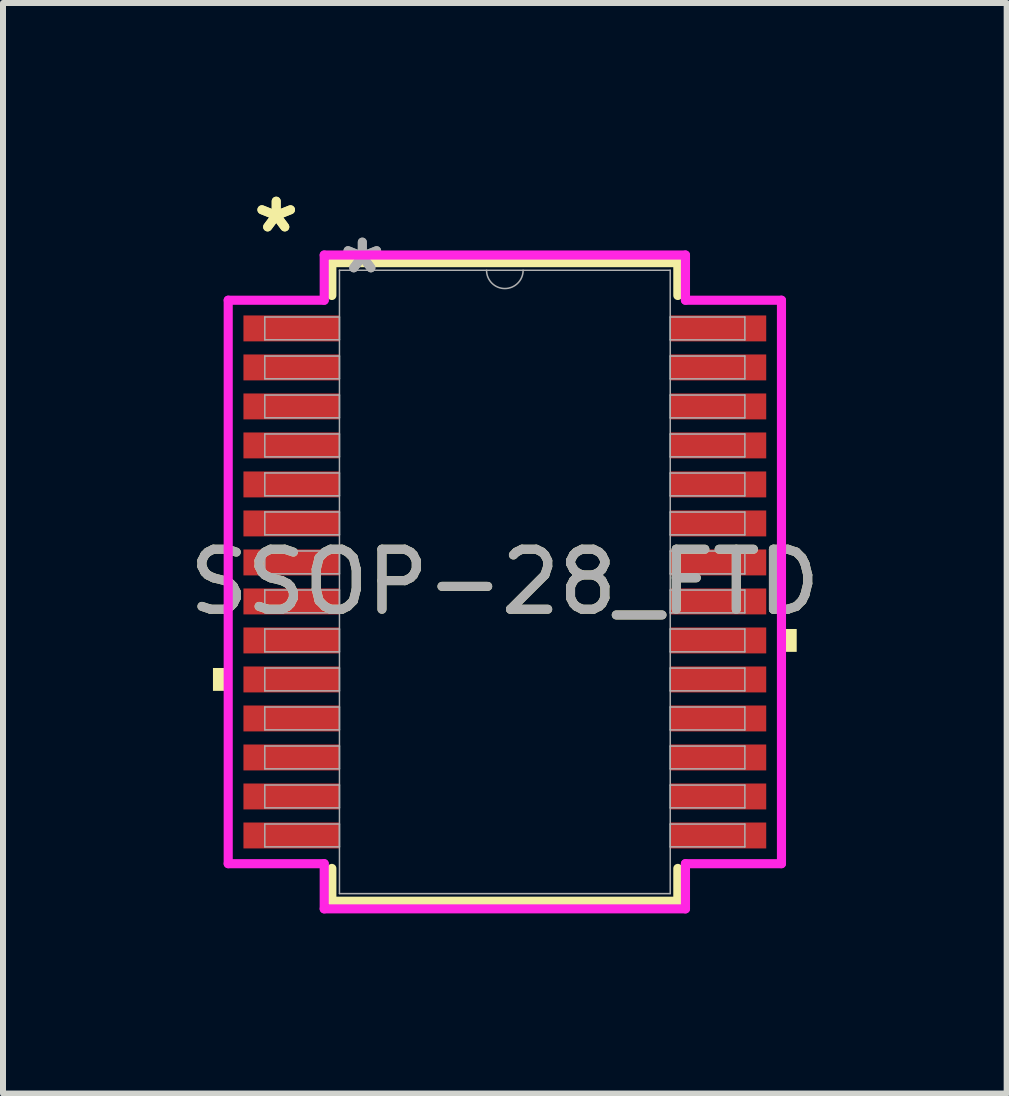
<source format=kicad_pcb>
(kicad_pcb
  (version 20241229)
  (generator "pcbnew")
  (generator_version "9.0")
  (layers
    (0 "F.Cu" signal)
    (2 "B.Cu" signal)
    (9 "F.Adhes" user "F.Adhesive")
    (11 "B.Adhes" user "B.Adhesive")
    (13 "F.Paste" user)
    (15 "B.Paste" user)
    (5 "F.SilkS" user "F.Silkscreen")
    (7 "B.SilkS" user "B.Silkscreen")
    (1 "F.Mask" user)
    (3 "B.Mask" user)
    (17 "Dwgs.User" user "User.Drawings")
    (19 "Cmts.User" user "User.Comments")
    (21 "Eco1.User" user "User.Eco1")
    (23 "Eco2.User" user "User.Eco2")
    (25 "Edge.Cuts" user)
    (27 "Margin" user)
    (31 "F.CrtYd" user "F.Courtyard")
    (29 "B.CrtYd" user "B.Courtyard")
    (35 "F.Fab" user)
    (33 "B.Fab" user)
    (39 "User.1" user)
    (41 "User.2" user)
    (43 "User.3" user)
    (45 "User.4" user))
  (footprint "SSOP-28_FTD"
    (layer "F.Cu")
    (at 5.363 6.648)
    (property "Reference" "SSOP-28_FTD" (at 0 0 0) (unlocked yes) (layer "F.SilkS") (effects (font (size 1 1) (thickness 0.15))))
    (attr smd)
    (fp_line (start -2.883 -5.321) (end -2.883 -4.774) (stroke (width 0.152) (type solid)) (layer "F.SilkS"))
    (fp_line (start -2.883 4.774) (end -2.883 5.321) (stroke (width 0.152) (type solid)) (layer "F.SilkS"))
    (fp_line (start -2.883 5.321) (end 2.883 5.321) (stroke (width 0.152) (type solid)) (layer "F.SilkS"))
    (fp_line (start 2.883 -5.321) (end -2.883 -5.321) (stroke (width 0.152) (type solid)) (layer "F.SilkS"))
    (fp_line (start 2.883 -4.774) (end 2.883 -5.321) (stroke (width 0.152) (type solid)) (layer "F.SilkS"))
    (fp_line (start 2.883 5.321) (end 2.883 4.774) (stroke (width 0.152) (type solid)) (layer "F.SilkS"))
    (fp_poly (pts (xy -4.864 1.434) (xy -4.864 1.815) (xy -4.61 1.815) (xy -4.61 1.434)) (stroke (width 0) (type solid)) (fill yes) (layer "F.SilkS"))
    (fp_poly (pts (xy 4.864 0.784) (xy 4.864 1.165) (xy 4.61 1.165) (xy 4.61 0.784)) (stroke (width 0) (type solid)) (fill yes) (layer "F.SilkS"))
    (fp_line (start -4.61 -4.695) (end -3.01 -4.695) (stroke (width 0.152) (type solid)) (layer "F.CrtYd"))
    (fp_line (start -4.61 4.695) (end -4.61 -4.695) (stroke (width 0.152) (type solid)) (layer "F.CrtYd"))
    (fp_line (start -4.61 4.695) (end -3.01 4.695) (stroke (width 0.152) (type solid)) (layer "F.CrtYd"))
    (fp_line (start -3.01 -5.448) (end 3.01 -5.448) (stroke (width 0.152) (type solid)) (layer "F.CrtYd"))
    (fp_line (start -3.01 -4.695) (end -3.01 -5.448) (stroke (width 0.152) (type solid)) (layer "F.CrtYd"))
    (fp_line (start -3.01 5.448) (end -3.01 4.695) (stroke (width 0.152) (type solid)) (layer "F.CrtYd"))
    (fp_line (start 3.01 -5.448) (end 3.01 -4.695) (stroke (width 0.152) (type solid)) (layer "F.CrtYd"))
    (fp_line (start 3.01 4.695) (end 3.01 5.448) (stroke (width 0.152) (type solid)) (layer "F.CrtYd"))
    (fp_line (start 3.01 5.448) (end -3.01 5.448) (stroke (width 0.152) (type solid)) (layer "F.CrtYd"))
    (fp_line (start 4.61 -4.695) (end 3.01 -4.695) (stroke (width 0.152) (type solid)) (layer "F.CrtYd"))
    (fp_line (start 4.61 -4.695) (end 4.61 4.695) (stroke (width 0.152) (type solid)) (layer "F.CrtYd"))
    (fp_line (start 4.61 4.695) (end 3.01 4.695) (stroke (width 0.152) (type solid)) (layer "F.CrtYd"))
    (fp_line (start -4 -4.415) (end -4 -4.035) (stroke (width 0.025) (type solid)) (layer "F.Fab"))
    (fp_line (start -4 -4.035) (end -2.756 -4.035) (stroke (width 0.025) (type solid)) (layer "F.Fab"))
    (fp_line (start -4 -3.765) (end -4 -3.385) (stroke (width 0.025) (type solid)) (layer "F.Fab"))
    (fp_line (start -4 -3.385) (end -2.756 -3.385) (stroke (width 0.025) (type solid)) (layer "F.Fab"))
    (fp_line (start -4 -3.115) (end -4 -2.735) (stroke (width 0.025) (type solid)) (layer "F.Fab"))
    (fp_line (start -4 -2.735) (end -2.756 -2.735) (stroke (width 0.025) (type solid)) (layer "F.Fab"))
    (fp_line (start -4 -2.466) (end -4 -2.084) (stroke (width 0.025) (type solid)) (layer "F.Fab"))
    (fp_line (start -4 -2.084) (end -2.756 -2.084) (stroke (width 0.025) (type solid)) (layer "F.Fab"))
    (fp_line (start -4 -1.816) (end -4 -1.435) (stroke (width 0.025) (type solid)) (layer "F.Fab"))
    (fp_line (start -4 -1.435) (end -2.756 -1.435) (stroke (width 0.025) (type solid)) (layer "F.Fab"))
    (fp_line (start -4 -1.166) (end -4 -0.785) (stroke (width 0.025) (type solid)) (layer "F.Fab"))
    (fp_line (start -4 -0.785) (end -2.756 -0.785) (stroke (width 0.025) (type solid)) (layer "F.Fab"))
    (fp_line (start -4 -0.516) (end -4 -0.135) (stroke (width 0.025) (type solid)) (layer "F.Fab"))
    (fp_line (start -4 -0.135) (end -2.756 -0.135) (stroke (width 0.025) (type solid)) (layer "F.Fab"))
    (fp_line (start -4 0.134) (end -4 0.515) (stroke (width 0.025) (type solid)) (layer "F.Fab"))
    (fp_line (start -4 0.515) (end -2.756 0.515) (stroke (width 0.025) (type solid)) (layer "F.Fab"))
    (fp_line (start -4 0.784) (end -4 1.165) (stroke (width 0.025) (type solid)) (layer "F.Fab"))
    (fp_line (start -4 1.165) (end -2.756 1.165) (stroke (width 0.025) (type solid)) (layer "F.Fab"))
    (fp_line (start -4 1.434) (end -4 1.815) (stroke (width 0.025) (type solid)) (layer "F.Fab"))
    (fp_line (start -4 1.815) (end -2.756 1.815) (stroke (width 0.025) (type solid)) (layer "F.Fab"))
    (fp_line (start -4 2.084) (end -4 2.465) (stroke (width 0.025) (type solid)) (layer "F.Fab"))
    (fp_line (start -4 2.465) (end -2.756 2.465) (stroke (width 0.025) (type solid)) (layer "F.Fab"))
    (fp_line (start -4 2.734) (end -4 3.115) (stroke (width 0.025) (type solid)) (layer "F.Fab"))
    (fp_line (start -4 3.115) (end -2.756 3.115) (stroke (width 0.025) (type solid)) (layer "F.Fab"))
    (fp_line (start -4 3.384) (end -4 3.765) (stroke (width 0.025) (type solid)) (layer "F.Fab"))
    (fp_line (start -4 3.765) (end -2.756 3.765) (stroke (width 0.025) (type solid)) (layer "F.Fab"))
    (fp_line (start -4 4.034) (end -4 4.415) (stroke (width 0.025) (type solid)) (layer "F.Fab"))
    (fp_line (start -4 4.415) (end -2.756 4.415) (stroke (width 0.025) (type solid)) (layer "F.Fab"))
    (fp_line (start -2.756 -5.194) (end -2.756 5.194) (stroke (width 0.025) (type solid)) (layer "F.Fab"))
    (fp_line (start -2.756 -4.415) (end -4 -4.415) (stroke (width 0.025) (type solid)) (layer "F.Fab"))
    (fp_line (start -2.756 -4.035) (end -2.756 -4.415) (stroke (width 0.025) (type solid)) (layer "F.Fab"))
    (fp_line (start -2.756 -3.765) (end -4 -3.765) (stroke (width 0.025) (type solid)) (layer "F.Fab"))
    (fp_line (start -2.756 -3.385) (end -2.756 -3.765) (stroke (width 0.025) (type solid)) (layer "F.Fab"))
    (fp_line (start -2.756 -3.115) (end -4 -3.115) (stroke (width 0.025) (type solid)) (layer "F.Fab"))
    (fp_line (start -2.756 -2.735) (end -2.756 -3.115) (stroke (width 0.025) (type solid)) (layer "F.Fab"))
    (fp_line (start -2.756 -2.466) (end -4 -2.466) (stroke (width 0.025) (type solid)) (layer "F.Fab"))
    (fp_line (start -2.756 -2.084) (end -2.756 -2.466) (stroke (width 0.025) (type solid)) (layer "F.Fab"))
    (fp_line (start -2.756 -1.816) (end -4 -1.816) (stroke (width 0.025) (type solid)) (layer "F.Fab"))
    (fp_line (start -2.756 -1.435) (end -2.756 -1.816) (stroke (width 0.025) (type solid)) (layer "F.Fab"))
    (fp_line (start -2.756 -1.166) (end -4 -1.166) (stroke (width 0.025) (type solid)) (layer "F.Fab"))
    (fp_line (start -2.756 -0.785) (end -2.756 -1.166) (stroke (width 0.025) (type solid)) (layer "F.Fab"))
    (fp_line (start -2.756 -0.516) (end -4 -0.516) (stroke (width 0.025) (type solid)) (layer "F.Fab"))
    (fp_line (start -2.756 -0.135) (end -2.756 -0.516) (stroke (width 0.025) (type solid)) (layer "F.Fab"))
    (fp_line (start -2.756 0.134) (end -4 0.134) (stroke (width 0.025) (type solid)) (layer "F.Fab"))
    (fp_line (start -2.756 0.515) (end -2.756 0.134) (stroke (width 0.025) (type solid)) (layer "F.Fab"))
    (fp_line (start -2.756 0.784) (end -4 0.784) (stroke (width 0.025) (type solid)) (layer "F.Fab"))
    (fp_line (start -2.756 1.165) (end -2.756 0.784) (stroke (width 0.025) (type solid)) (layer "F.Fab"))
    (fp_line (start -2.756 1.434) (end -4 1.434) (stroke (width 0.025) (type solid)) (layer "F.Fab"))
    (fp_line (start -2.756 1.815) (end -2.756 1.434) (stroke (width 0.025) (type solid)) (layer "F.Fab"))
    (fp_line (start -2.756 2.084) (end -4 2.084) (stroke (width 0.025) (type solid)) (layer "F.Fab"))
    (fp_line (start -2.756 2.465) (end -2.756 2.084) (stroke (width 0.025) (type solid)) (layer "F.Fab"))
    (fp_line (start -2.756 2.734) (end -4 2.734) (stroke (width 0.025) (type solid)) (layer "F.Fab"))
    (fp_line (start -2.756 3.115) (end -2.756 2.734) (stroke (width 0.025) (type solid)) (layer "F.Fab"))
    (fp_line (start -2.756 3.384) (end -4 3.384) (stroke (width 0.025) (type solid)) (layer "F.Fab"))
    (fp_line (start -2.756 3.765) (end -2.756 3.384) (stroke (width 0.025) (type solid)) (layer "F.Fab"))
    (fp_line (start -2.756 4.034) (end -4 4.034) (stroke (width 0.025) (type solid)) (layer "F.Fab"))
    (fp_line (start -2.756 4.415) (end -2.756 4.034) (stroke (width 0.025) (type solid)) (layer "F.Fab"))
    (fp_line (start -2.756 5.194) (end 2.756 5.194) (stroke (width 0.025) (type solid)) (layer "F.Fab"))
    (fp_line (start 2.756 -5.194) (end -2.756 -5.194) (stroke (width 0.025) (type solid)) (layer "F.Fab"))
    (fp_line (start 2.756 -4.415) (end 2.756 -4.034) (stroke (width 0.025) (type solid)) (layer "F.Fab"))
    (fp_line (start 2.756 -4.034) (end 4 -4.034) (stroke (width 0.025) (type solid)) (layer "F.Fab"))
    (fp_line (start 2.756 -3.765) (end 2.756 -3.384) (stroke (width 0.025) (type solid)) (layer "F.Fab"))
    (fp_line (start 2.756 -3.384) (end 4 -3.384) (stroke (width 0.025) (type solid)) (layer "F.Fab"))
    (fp_line (start 2.756 -3.115) (end 2.756 -2.734) (stroke (width 0.025) (type solid)) (layer "F.Fab"))
    (fp_line (start 2.756 -2.734) (end 4 -2.734) (stroke (width 0.025) (type solid)) (layer "F.Fab"))
    (fp_line (start 2.756 -2.465) (end 2.756 -2.084) (stroke (width 0.025) (type solid)) (layer "F.Fab"))
    (fp_line (start 2.756 -2.084) (end 4 -2.084) (stroke (width 0.025) (type solid)) (layer "F.Fab"))
    (fp_line (start 2.756 -1.815) (end 2.756 -1.434) (stroke (width 0.025) (type solid)) (layer "F.Fab"))
    (fp_line (start 2.756 -1.434) (end 4 -1.434) (stroke (width 0.025) (type solid)) (layer "F.Fab"))
    (fp_line (start 2.756 -1.165) (end 2.756 -0.784) (stroke (width 0.025) (type solid)) (layer "F.Fab"))
    (fp_line (start 2.756 -0.784) (end 4 -0.784) (stroke (width 0.025) (type solid)) (layer "F.Fab"))
    (fp_line (start 2.756 -0.515) (end 2.756 -0.134) (stroke (width 0.025) (type solid)) (layer "F.Fab"))
    (fp_line (start 2.756 -0.134) (end 4 -0.134) (stroke (width 0.025) (type solid)) (layer "F.Fab"))
    (fp_line (start 2.756 0.135) (end 2.756 0.516) (stroke (width 0.025) (type solid)) (layer "F.Fab"))
    (fp_line (start 2.756 0.516) (end 4 0.516) (stroke (width 0.025) (type solid)) (layer "F.Fab"))
    (fp_line (start 2.756 0.784) (end 2.756 1.165) (stroke (width 0.025) (type solid)) (layer "F.Fab"))
    (fp_line (start 2.756 1.165) (end 4 1.165) (stroke (width 0.025) (type solid)) (layer "F.Fab"))
    (fp_line (start 2.756 1.435) (end 2.756 1.815) (stroke (width 0.025) (type solid)) (layer "F.Fab"))
    (fp_line (start 2.756 1.815) (end 4 1.815) (stroke (width 0.025) (type solid)) (layer "F.Fab"))
    (fp_line (start 2.756 2.084) (end 2.756 2.466) (stroke (width 0.025) (type solid)) (layer "F.Fab"))
    (fp_line (start 2.756 2.466) (end 4 2.466) (stroke (width 0.025) (type solid)) (layer "F.Fab"))
    (fp_line (start 2.756 2.735) (end 2.756 3.115) (stroke (width 0.025) (type solid)) (layer "F.Fab"))
    (fp_line (start 2.756 3.115) (end 4 3.115) (stroke (width 0.025) (type solid)) (layer "F.Fab"))
    (fp_line (start 2.756 3.385) (end 2.756 3.765) (stroke (width 0.025) (type solid)) (layer "F.Fab"))
    (fp_line (start 2.756 3.765) (end 4 3.765) (stroke (width 0.025) (type solid)) (layer "F.Fab"))
    (fp_line (start 2.756 4.035) (end 2.756 4.415) (stroke (width 0.025) (type solid)) (layer "F.Fab"))
    (fp_line (start 2.756 4.415) (end 4 4.415) (stroke (width 0.025) (type solid)) (layer "F.Fab"))
    (fp_line (start 2.756 5.194) (end 2.756 -5.194) (stroke (width 0.025) (type solid)) (layer "F.Fab"))
    (fp_line (start 4 -4.415) (end 2.756 -4.415) (stroke (width 0.025) (type solid)) (layer "F.Fab"))
    (fp_line (start 4 -4.034) (end 4 -4.415) (stroke (width 0.025) (type solid)) (layer "F.Fab"))
    (fp_line (start 4 -3.765) (end 2.756 -3.765) (stroke (width 0.025) (type solid)) (layer "F.Fab"))
    (fp_line (start 4 -3.384) (end 4 -3.765) (stroke (width 0.025) (type solid)) (layer "F.Fab"))
    (fp_line (start 4 -3.115) (end 2.756 -3.115) (stroke (width 0.025) (type solid)) (layer "F.Fab"))
    (fp_line (start 4 -2.734) (end 4 -3.115) (stroke (width 0.025) (type solid)) (layer "F.Fab"))
    (fp_line (start 4 -2.465) (end 2.756 -2.465) (stroke (width 0.025) (type solid)) (layer "F.Fab"))
    (fp_line (start 4 -2.084) (end 4 -2.465) (stroke (width 0.025) (type solid)) (layer "F.Fab"))
    (fp_line (start 4 -1.815) (end 2.756 -1.815) (stroke (width 0.025) (type solid)) (layer "F.Fab"))
    (fp_line (start 4 -1.434) (end 4 -1.815) (stroke (width 0.025) (type solid)) (layer "F.Fab"))
    (fp_line (start 4 -1.165) (end 2.756 -1.165) (stroke (width 0.025) (type solid)) (layer "F.Fab"))
    (fp_line (start 4 -0.784) (end 4 -1.165) (stroke (width 0.025) (type solid)) (layer "F.Fab"))
    (fp_line (start 4 -0.515) (end 2.756 -0.515) (stroke (width 0.025) (type solid)) (layer "F.Fab"))
    (fp_line (start 4 -0.134) (end 4 -0.515) (stroke (width 0.025) (type solid)) (layer "F.Fab"))
    (fp_line (start 4 0.135) (end 2.756 0.135) (stroke (width 0.025) (type solid)) (layer "F.Fab"))
    (fp_line (start 4 0.516) (end 4 0.135) (stroke (width 0.025) (type solid)) (layer "F.Fab"))
    (fp_line (start 4 0.784) (end 2.756 0.784) (stroke (width 0.025) (type solid)) (layer "F.Fab"))
    (fp_line (start 4 1.165) (end 4 0.784) (stroke (width 0.025) (type solid)) (layer "F.Fab"))
    (fp_line (start 4 1.435) (end 2.756 1.435) (stroke (width 0.025) (type solid)) (layer "F.Fab"))
    (fp_line (start 4 1.815) (end 4 1.435) (stroke (width 0.025) (type solid)) (layer "F.Fab"))
    (fp_line (start 4 2.084) (end 2.756 2.084) (stroke (width 0.025) (type solid)) (layer "F.Fab"))
    (fp_line (start 4 2.466) (end 4 2.084) (stroke (width 0.025) (type solid)) (layer "F.Fab"))
    (fp_line (start 4 2.735) (end 2.756 2.735) (stroke (width 0.025) (type solid)) (layer "F.Fab"))
    (fp_line (start 4 3.115) (end 4 2.735) (stroke (width 0.025) (type solid)) (layer "F.Fab"))
    (fp_line (start 4 3.385) (end 2.756 3.385) (stroke (width 0.025) (type solid)) (layer "F.Fab"))
    (fp_line (start 4 3.765) (end 4 3.385) (stroke (width 0.025) (type solid)) (layer "F.Fab"))
    (fp_line (start 4 4.035) (end 2.756 4.035) (stroke (width 0.025) (type solid)) (layer "F.Fab"))
    (fp_line (start 4 4.415) (end 4 4.035) (stroke (width 0.025) (type solid)) (layer "F.Fab"))
    (fp_arc (start 0.3048 -5.1943) (mid 0 -4.8895) (end -0.3048 -5.1943) (stroke (width 0.0254) (type solid)) (layer "F.Fab"))
    (fp_text user "*" (at -3.81 -5.8 0) (layer "F.SilkS") (effects (font (size 1 1) (thickness 0.15))))
    (fp_text user "*" (at -3.81 -5.8 0) (unlocked yes) (layer "F.SilkS") (effects (font (size 1 1) (thickness 0.15))))
    (fp_text user "*" (at -2.375 -5.118 0) (unlocked yes) (layer "F.Fab") (effects (font (size 1 1) (thickness 0.15))))
    (fp_text user "*" (at -2.375 -5.118 0) (layer "F.Fab") (effects (font (size 1 1) (thickness 0.15))))
    (fp_text user "${REFERENCE}" (at 0 0 0) (unlocked yes) (layer "F.Fab") (effects (font (size 1 1) (thickness 0.15))))
    (pad "1" smd rect (at -3.556 -4.225) (size 1.6 0.432) (layers "F.Cu" "F.Mask" "F.Paste"))
    (pad "2" smd rect (at -3.556 -3.575) (size 1.6 0.432) (layers "F.Cu" "F.Mask" "F.Paste"))
    (pad "3" smd rect (at -3.556 -2.925) (size 1.6 0.432) (layers "F.Cu" "F.Mask" "F.Paste"))
    (pad "4" smd rect (at -3.556 -2.275) (size 1.6 0.432) (layers "F.Cu" "F.Mask" "F.Paste"))
    (pad "5" smd rect (at -3.556 -1.625) (size 1.6 0.432) (layers "F.Cu" "F.Mask" "F.Paste"))
    (pad "6" smd rect (at -3.556 -0.975) (size 1.6 0.432) (layers "F.Cu" "F.Mask" "F.Paste"))
    (pad "7" smd rect (at -3.556 -0.325) (size 1.6 0.432) (layers "F.Cu" "F.Mask" "F.Paste"))
    (pad "8" smd rect (at -3.556 0.325) (size 1.6 0.432) (layers "F.Cu" "F.Mask" "F.Paste"))
    (pad "9" smd rect (at -3.556 0.975) (size 1.6 0.432) (layers "F.Cu" "F.Mask" "F.Paste"))
    (pad "10" smd rect (at -3.556 1.625) (size 1.6 0.432) (layers "F.Cu" "F.Mask" "F.Paste"))
    (pad "11" smd rect (at -3.556 2.275) (size 1.6 0.432) (layers "F.Cu" "F.Mask" "F.Paste"))
    (pad "12" smd rect (at -3.556 2.925) (size 1.6 0.432) (layers "F.Cu" "F.Mask" "F.Paste"))
    (pad "13" smd rect (at -3.556 3.575) (size 1.6 0.432) (layers "F.Cu" "F.Mask" "F.Paste"))
    (pad "14" smd rect (at -3.556 4.225) (size 1.6 0.432) (layers "F.Cu" "F.Mask" "F.Paste"))
    (pad "15" smd rect (at 3.556 4.225) (size 1.6 0.432) (layers "F.Cu" "F.Mask" "F.Paste"))
    (pad "16" smd rect (at 3.556 3.575) (size 1.6 0.432) (layers "F.Cu" "F.Mask" "F.Paste"))
    (pad "17" smd rect (at 3.556 2.925) (size 1.6 0.432) (layers "F.Cu" "F.Mask" "F.Paste"))
    (pad "18" smd rect (at 3.556 2.275) (size 1.6 0.432) (layers "F.Cu" "F.Mask" "F.Paste"))
    (pad "19" smd rect (at 3.556 1.625) (size 1.6 0.432) (layers "F.Cu" "F.Mask" "F.Paste"))
    (pad "20" smd rect (at 3.556 0.975) (size 1.6 0.432) (layers "F.Cu" "F.Mask" "F.Paste"))
    (pad "21" smd rect (at 3.556 0.325) (size 1.6 0.432) (layers "F.Cu" "F.Mask" "F.Paste"))
    (pad "22" smd rect (at 3.556 -0.325) (size 1.6 0.432) (layers "F.Cu" "F.Mask" "F.Paste"))
    (pad "23" smd rect (at 3.556 -0.975) (size 1.6 0.432) (layers "F.Cu" "F.Mask" "F.Paste"))
    (pad "24" smd rect (at 3.556 -1.625) (size 1.6 0.432) (layers "F.Cu" "F.Mask" "F.Paste"))
    (pad "25" smd rect (at 3.556 -2.275) (size 1.6 0.432) (layers "F.Cu" "F.Mask" "F.Paste"))
    (pad "26" smd rect (at 3.556 -2.925) (size 1.6 0.432) (layers "F.Cu" "F.Mask" "F.Paste"))
    (pad "27" smd rect (at 3.556 -3.575) (size 1.6 0.432) (layers "F.Cu" "F.Mask" "F.Paste"))
    (pad "28" smd rect (at 3.556 -4.225) (size 1.6 0.432) (layers "F.Cu" "F.Mask" "F.Paste")))
  (gr_rect
    (start -3 -3)
    (end 13.726 15.173)
    (stroke (width 0.1) (type default))
    (fill no)
    (layer "Edge.Cuts")))
</source>
